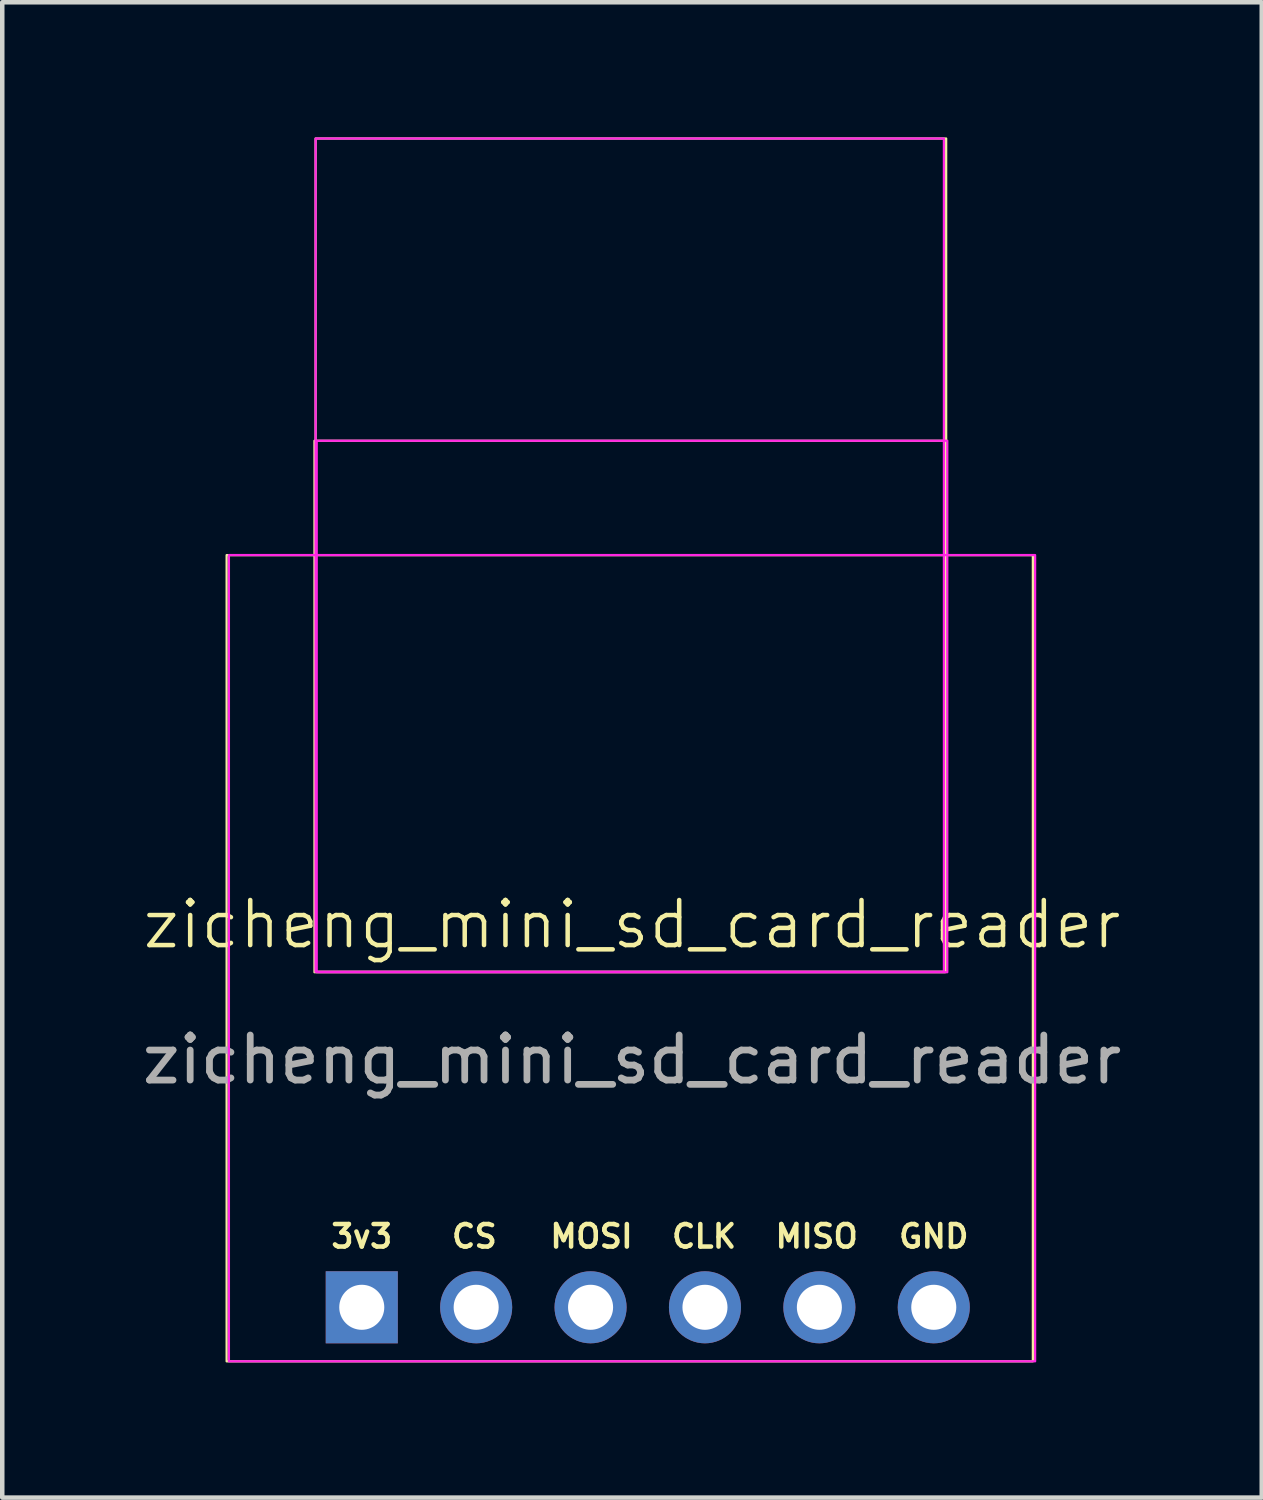
<source format=kicad_pcb>
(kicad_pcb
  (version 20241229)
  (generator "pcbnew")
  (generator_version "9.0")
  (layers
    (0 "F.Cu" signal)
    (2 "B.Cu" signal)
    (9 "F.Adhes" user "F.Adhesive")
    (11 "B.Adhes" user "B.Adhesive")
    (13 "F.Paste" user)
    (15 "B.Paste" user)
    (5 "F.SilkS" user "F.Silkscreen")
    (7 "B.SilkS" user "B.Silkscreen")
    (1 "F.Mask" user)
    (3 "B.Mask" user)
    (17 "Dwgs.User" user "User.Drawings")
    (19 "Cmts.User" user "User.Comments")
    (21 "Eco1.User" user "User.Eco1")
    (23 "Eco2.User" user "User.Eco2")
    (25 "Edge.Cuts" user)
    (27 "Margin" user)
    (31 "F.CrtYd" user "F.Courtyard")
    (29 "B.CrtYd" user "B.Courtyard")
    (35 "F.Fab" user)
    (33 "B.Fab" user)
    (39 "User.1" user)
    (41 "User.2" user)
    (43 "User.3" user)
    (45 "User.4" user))
  (footprint "zicheng_mini_sd_card_reader"
    (layer "F.Cu")
    (at 10.982 17.975)
    (property "Reference" "zicheng_mini_sd_card_reader" (at 0 -0.5 0) (unlocked yes) (layer "F.SilkS") (effects (font (size 1 1) (thickness 0.1))))
    (fp_rect (start -9 -8.7) (end 8.9 9.2) (stroke (width 0.05) (type default)) (fill no) (layer "F.SilkS"))
    (fp_rect (start -7.05 -11.239) (end 6.95 0.561) (stroke (width 0.05) (type default)) (fill no) (layer "F.SilkS"))
    (fp_rect (start -7.025 -17.95) (end 6.975 0.55) (stroke (width 0.05) (type default)) (fill no) (layer "F.SilkS"))
    (fp_rect (start -8.95 -8.701) (end 8.95 9.199) (stroke (width 0.05) (type default)) (fill no) (layer "F.CrtYd"))
    (fp_rect (start -7.025 -17.95) (end 6.925 0.55) (stroke (width 0.05) (type default)) (fill no) (layer "F.CrtYd"))
    (fp_rect (start -7 -11.24) (end 7 0.56) (stroke (width 0.05) (type default)) (fill no) (layer "F.CrtYd"))
    (fp_text user "CS" (at -3.5 6.425 0) (unlocked yes) (layer "F.SilkS") (effects (font (size 0.5 0.5) (thickness 0.1))))
    (fp_text user "3v3" (at -6 6.425 0) (unlocked yes) (layer "F.SilkS") (effects (font (size 0.5 0.5) (thickness 0.1))))
    (fp_text user "GND" (at 6.7 6.425 0) (unlocked yes) (layer "F.SilkS") (effects (font (size 0.5 0.5) (thickness 0.1))))
    (fp_text user "CLK" (at 1.6 6.425 0) (unlocked yes) (layer "F.SilkS") (effects (font (size 0.5 0.5) (thickness 0.1))))
    (fp_text user "MOSI" (at -0.9 6.425 0) (unlocked yes) (layer "F.SilkS") (effects (font (size 0.5 0.5) (thickness 0.1))))
    (fp_text user "MISO" (at 4.1 6.425 0) (unlocked yes) (layer "F.SilkS") (effects (font (size 0.5 0.5) (thickness 0.1))))
    (fp_text user "${REFERENCE}" (at 0 2.5 0) (unlocked yes) (layer "F.Fab") (effects (font (size 1 1) (thickness 0.15))))
    (pad "1" thru_hole rect (at -6 8 90) (size 1.6 1.6) (drill 1) (layers "*.Cu" "*.Mask"))
    (pad "2" thru_hole oval (at -3.46 8 90) (size 1.6 1.6) (drill 1) (layers "*.Cu" "*.Mask"))
    (pad "3" thru_hole oval (at -0.92 8 90) (size 1.6 1.6) (drill 1) (layers "*.Cu" "*.Mask"))
    (pad "4" thru_hole oval (at 1.62 8 90) (size 1.6 1.6) (drill 1) (layers "*.Cu" "*.Mask"))
    (pad "5" thru_hole oval (at 4.16 8 90) (size 1.6 1.6) (drill 1) (layers "*.Cu" "*.Mask"))
    (pad "6" thru_hole oval (at 6.7 8 90) (size 1.6 1.6) (drill 1) (layers "*.Cu" "*.Mask")))
  (gr_rect
    (start -3 -3)
    (end 24.964 30.2)
    (stroke (width 0.1) (type default))
    (fill no)
    (layer "Edge.Cuts")))
</source>
